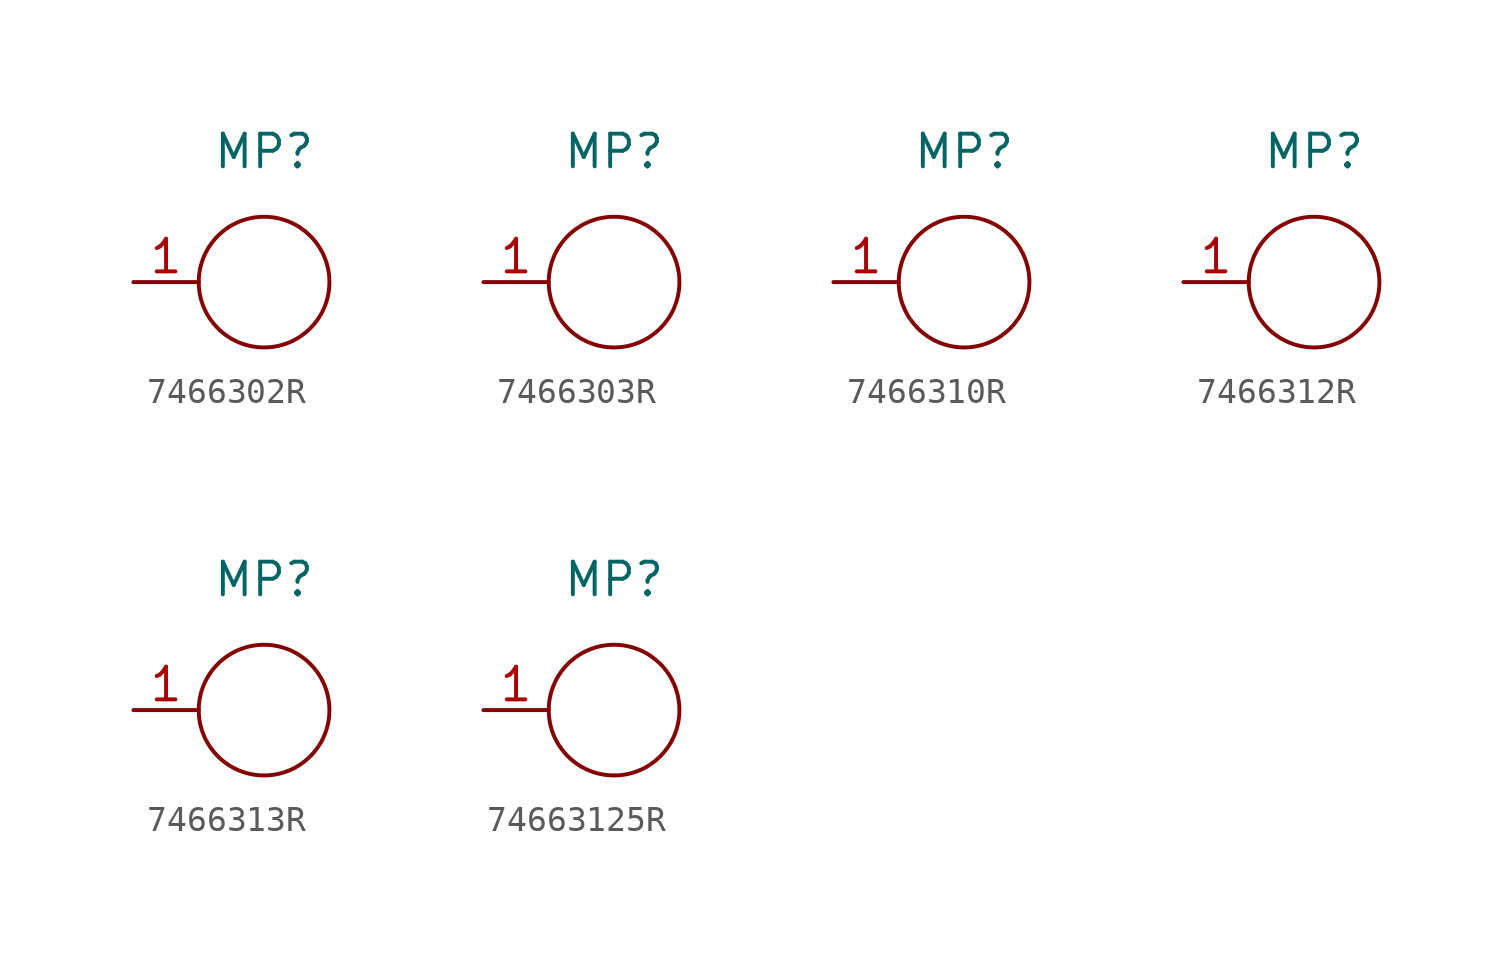
<source format=kicad_sym>
(kicad_symbol_lib
  (version 20220914)
  (generator kicad_symbol_editor)
  (symbol "7466302R"
    (pin_names hide)
    (property "Reference" "MP"
      (at 0 5.08 0)
      (effects (font (size 1.27 1.27))))
    (symbol "7466302R_0_1"
      (circle (center 0 0) (radius 2.54) (stroke (width 0) (type default)) (fill (type none))))
    (symbol "7466302R_1_1"
      (pin passive line (at -5.08 0 0) (length 2.54) (name "1" (effects (font (size 1.27 1.27)))) (number "1" (effects (font (size 1.27 1.27)))))))
  (symbol "7466303R"
    (pin_names hide)
    (property "Reference" "MP"
      (at 0 5.08 0)
      (effects (font (size 1.27 1.27))))
    (symbol "7466303R_0_1"
      (circle (center 0 0) (radius 2.54) (stroke (width 0) (type default)) (fill (type none))))
    (symbol "7466303R_1_1"
      (pin passive line (at -5.08 0 0) (length 2.54) (name "1" (effects (font (size 1.27 1.27)))) (number "1" (effects (font (size 1.27 1.27)))))))
  (symbol "7466310R"
    (pin_names hide)
    (property "Reference" "MP"
      (at 0 5.08 0)
      (effects (font (size 1.27 1.27))))
    (symbol "7466310R_0_1"
      (circle (center 0 0) (radius 2.54) (stroke (width 0) (type default)) (fill (type none))))
    (symbol "7466310R_1_1"
      (pin passive line (at -5.08 0 0) (length 2.54) (name "1" (effects (font (size 1.27 1.27)))) (number "1" (effects (font (size 1.27 1.27)))))))
  (symbol "7466312R"
    (pin_names hide)
    (property "Reference" "MP"
      (at 0 5.08 0)
      (effects (font (size 1.27 1.27))))
    (symbol "7466312R_0_1"
      (circle (center 0 0) (radius 2.54) (stroke (width 0) (type default)) (fill (type none))))
    (symbol "7466312R_1_1"
      (pin passive line (at -5.08 0 0) (length 2.54) (name "1" (effects (font (size 1.27 1.27)))) (number "1" (effects (font (size 1.27 1.27)))))))
  (symbol "7466313R"
    (pin_names hide)
    (property "Reference" "MP"
      (at 0 5.08 0)
      (effects (font (size 1.27 1.27))))
    (symbol "7466313R_0_1"
      (circle (center 0 0) (radius 2.54) (stroke (width 0) (type default)) (fill (type none))))
    (symbol "7466313R_1_1"
      (pin passive line (at -5.08 0 0) (length 2.54) (name "1" (effects (font (size 1.27 1.27)))) (number "1" (effects (font (size 1.27 1.27)))))))
  (symbol "74663125R"
    (pin_names hide)
    (property "Reference" "MP"
      (at 0 5.08 0)
      (effects (font (size 1.27 1.27))))
    (symbol "74663125R_0_1"
      (circle (center 0 0) (radius 2.54) (stroke (width 0) (type default)) (fill (type none))))
    (symbol "74663125R_1_1"
      (pin passive line (at -5.08 0 0) (length 2.54) (name "1" (effects (font (size 1.27 1.27)))) (number "1" (effects (font (size 1.27 1.27))))))))
</source>
